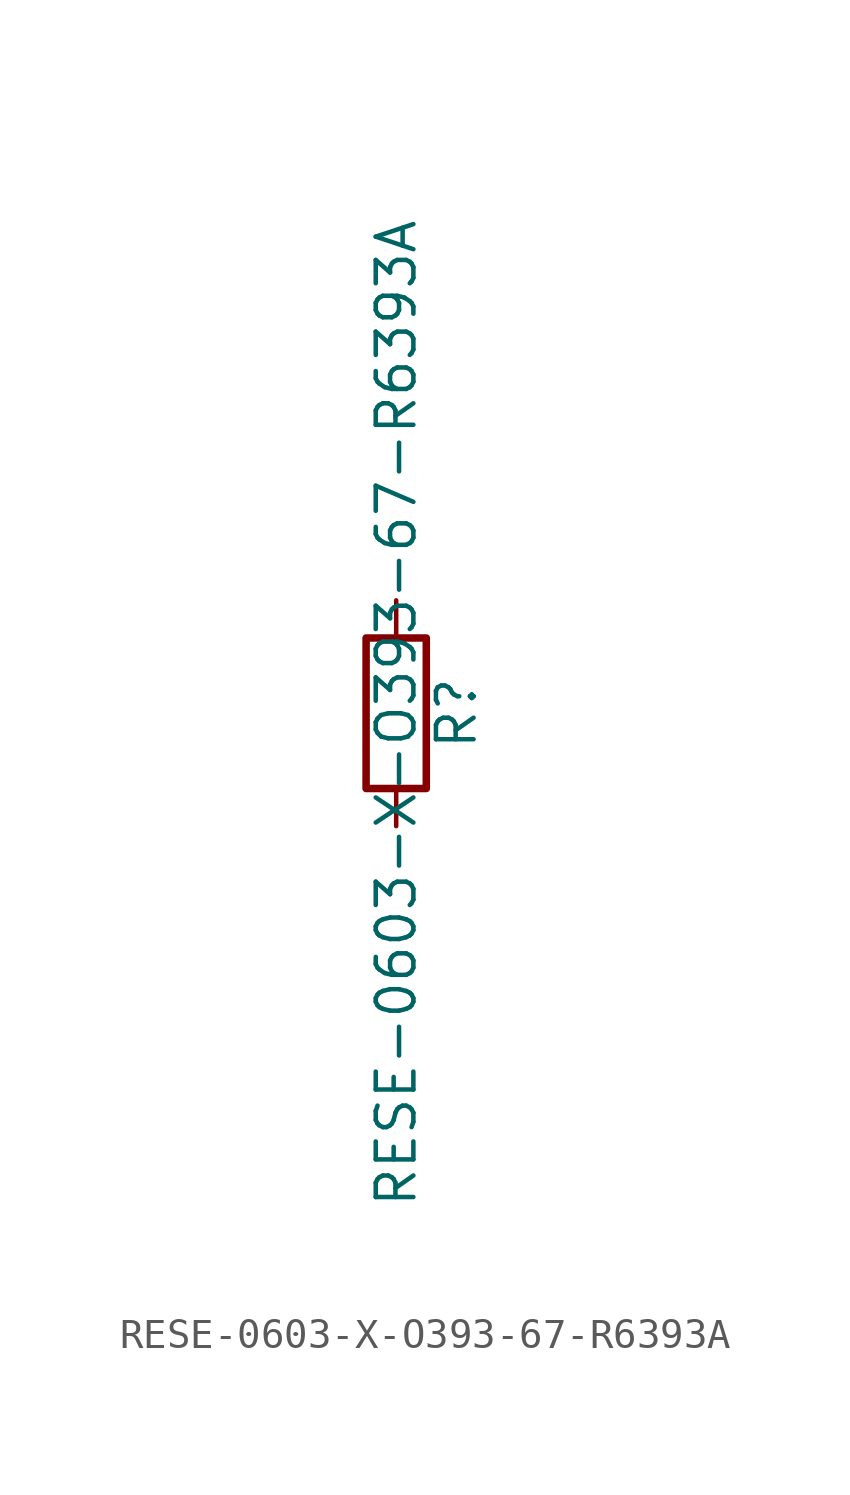
<source format=kicad_sym>
(kicad_symbol_lib
  (version 20211014)
  (generator kicad_symbol_editor)
  (symbol "RESE-0603-X-O393-67-R6393A"
    (pin_numbers hide)
    (pin_names
      (offset 0))
    (property "Reference" "R"
      (at 2.032 0 90)
      (effects (font (size 1.27 1.27))))
    (property "Value" "RESE-0603-X-O393-67-R6393A"
      (at 0 0 90)
      (effects (font (size 1.27 1.27))))
    (symbol "RESE-0603-X-O393-67-R6393A_0_1"
      (rectangle (start -1.016 -2.54) (end 1.016 2.54) (stroke (width 0.254) (type default) (color 0 0 0 0)) (fill (type none))))
    (symbol "RESE-0603-X-O393-67-R6393A_1_1"
      (pin passive line (at 0 3.81 270) (length 1.27) (name "~" (effects (font (size 1.27 1.27)))) (number "1" (effects (font (size 1.27 1.27)))))
      (pin passive line (at 0 -3.81 90) (length 1.27) (name "~" (effects (font (size 1.27 1.27)))) (number "2" (effects (font (size 1.27 1.27))))))))
</source>
